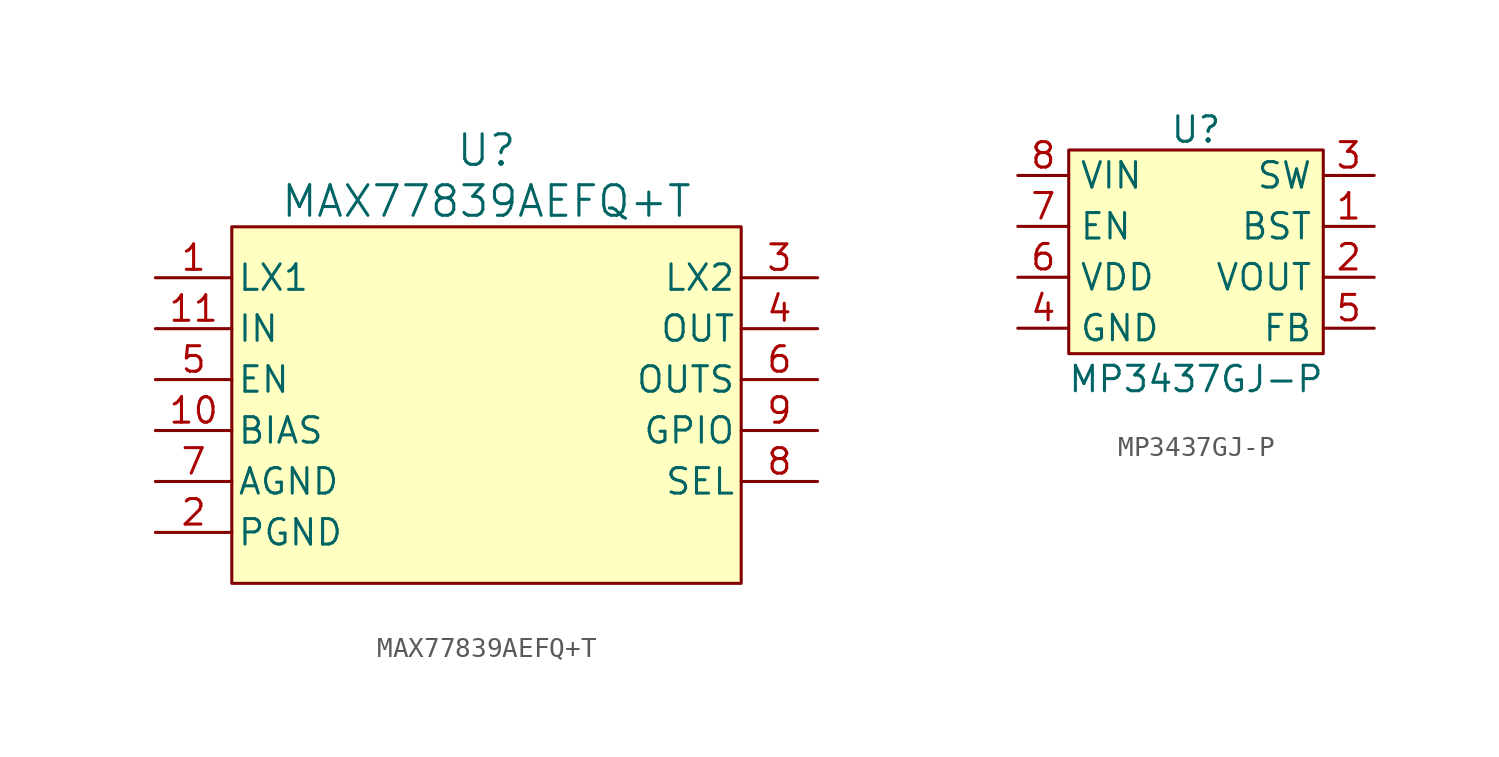
<source format=kicad_sym>
(kicad_symbol_lib
  (version 20241209)
  (generator "kicad_symbol_editor")
  (generator_version "9.0")
  (symbol "MAX77839AEFQ+T"
    (pin_names
      (offset 0.254))
    (property "Reference" "U"
      (at 0 15.24 0)
      (effects (font (size 1.524 1.524))))
    (property "Value" "MAX77839AEFQ+T"
      (at 0 12.7 0)
      (effects (font (size 1.524 1.524))))
    (property "ki_locked" ""
      (at 0 0 0)
      (effects (font (size 1.27 1.27))))
    (symbol "MAX77839AEFQ+T_0_1"
      (pin input line (at -16.51 6.35 0) (length 3.81) (name "IN" (effects (font (size 1.27 1.27)))) (number "11" (effects (font (size 1.27 1.27)))))
      (pin input line (at -16.51 3.81 0) (length 3.81) (name "EN" (effects (font (size 1.27 1.27)))) (number "5" (effects (font (size 1.27 1.27)))))
      (pin output line (at -16.51 1.27 0) (length 3.81) (name "BIAS" (effects (font (size 1.27 1.27)))) (number "10" (effects (font (size 1.27 1.27)))))
      (pin power_in line (at -16.51 -1.27 0) (length 3.81) (name "AGND" (effects (font (size 1.27 1.27)))) (number "7" (effects (font (size 1.27 1.27)))))
      (pin power_in line (at -16.51 -3.81 0) (length 3.81) (name "PGND" (effects (font (size 1.27 1.27)))) (number "2" (effects (font (size 1.27 1.27)))))
      (pin power_in line (at 16.51 6.35 180) (length 3.81) (name "OUT" (effects (font (size 1.27 1.27)))) (number "4" (effects (font (size 1.27 1.27)))))
      (pin input line (at 16.51 3.81 180) (length 3.81) (name "OUTS" (effects (font (size 1.27 1.27)))) (number "6" (effects (font (size 1.27 1.27)))))
      (pin bidirectional line (at 16.51 1.27 180) (length 3.81) (name "GPIO" (effects (font (size 1.27 1.27)))) (number "9" (effects (font (size 1.27 1.27)))))
      (pin input line (at 16.51 -1.27 180) (length 3.81) (name "SEL" (effects (font (size 1.27 1.27)))) (number "8" (effects (font (size 1.27 1.27))))))
    (symbol "MAX77839AEFQ+T_1_1"
      (rectangle (start -12.7 11.43) (end 12.7 -6.35) (stroke (width 0) (type solid)) (fill (type background)))
      (pin power_in line (at -16.51 8.89 0) (length 3.81) (name "LX1" (effects (font (size 1.27 1.27)))) (number "1" (effects (font (size 1.27 1.27)))))
      (pin power_in line (at 16.51 8.89 180) (length 3.81) (name "LX2" (effects (font (size 1.27 1.27)))) (number "3" (effects (font (size 1.27 1.27)))))))
  (symbol "MP3437GJ-P"
    (property "Reference" "U"
      (at 0 6.096 0)
      (effects (font (size 1.27 1.27))))
    (property "Value" "MP3437GJ-P"
      (at 0 -6.35 0)
      (effects (font (size 1.27 1.27))))
    (symbol "MP3437GJ-P_0_0"
      (pin input line (at -8.89 3.81 0) (length 2.54) (name "VIN" (effects (font (size 1.27 1.27)))) (number "8" (effects (font (size 1.27 1.27)))))
      (pin input line (at -8.89 1.27 0) (length 2.54) (name "EN" (effects (font (size 1.27 1.27)))) (number "7" (effects (font (size 1.27 1.27)))))
      (pin passive line (at -8.89 -1.27 0) (length 2.54) (name "VDD" (effects (font (size 1.27 1.27)))) (number "6" (effects (font (size 1.27 1.27)))))
      (pin passive line (at -8.89 -3.81 0) (length 2.54) (name "GND" (effects (font (size 1.27 1.27)))) (number "4" (effects (font (size 1.27 1.27)))))
      (pin passive line (at 8.89 3.81 180) (length 2.54) (name "SW" (effects (font (size 1.27 1.27)))) (number "3" (effects (font (size 1.27 1.27)))))
      (pin passive line (at 8.89 1.27 180) (length 2.54) (name "BST" (effects (font (size 1.27 1.27)))) (number "1" (effects (font (size 1.27 1.27)))))
      (pin output line (at 8.89 -1.27 180) (length 2.54) (name "VOUT" (effects (font (size 1.27 1.27)))) (number "2" (effects (font (size 1.27 1.27)))))
      (pin input line (at 8.89 -3.81 180) (length 2.54) (name "FB" (effects (font (size 1.27 1.27)))) (number "5" (effects (font (size 1.27 1.27))))))
    (symbol "MP3437GJ-P_1_1"
      (rectangle (start -6.35 5.08) (end 6.35 -5.08) (stroke (width 0) (type solid)) (fill (type background))))))
</source>
